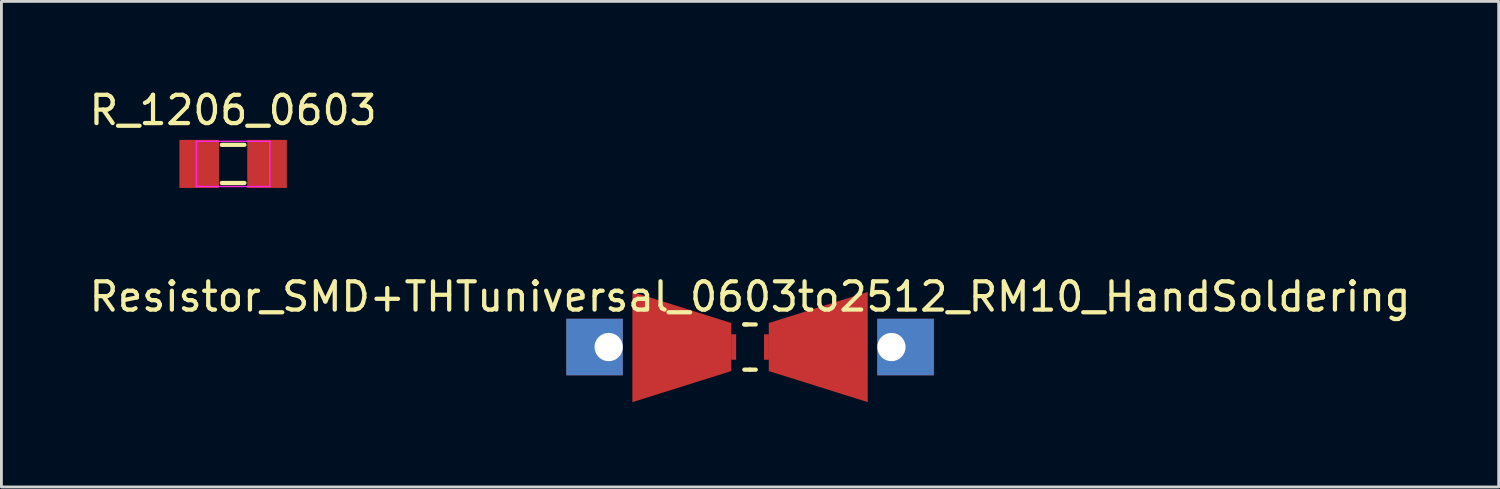
<source format=kicad_pcb>
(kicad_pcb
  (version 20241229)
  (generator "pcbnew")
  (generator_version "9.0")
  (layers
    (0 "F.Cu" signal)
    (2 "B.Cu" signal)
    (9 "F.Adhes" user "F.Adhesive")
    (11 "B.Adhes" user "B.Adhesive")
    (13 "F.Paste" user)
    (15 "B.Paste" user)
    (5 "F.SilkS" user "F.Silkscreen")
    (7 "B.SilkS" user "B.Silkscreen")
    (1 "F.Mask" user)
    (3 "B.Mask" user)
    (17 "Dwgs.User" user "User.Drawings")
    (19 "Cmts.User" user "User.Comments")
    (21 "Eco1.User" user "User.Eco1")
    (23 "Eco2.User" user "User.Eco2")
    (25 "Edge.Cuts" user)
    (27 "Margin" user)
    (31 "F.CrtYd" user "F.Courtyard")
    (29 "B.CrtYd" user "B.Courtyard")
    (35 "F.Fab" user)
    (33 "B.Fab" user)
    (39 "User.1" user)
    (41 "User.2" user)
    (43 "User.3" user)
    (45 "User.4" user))
  (footprint "Resistor_SMD+THTuniversal_0603to2512_RM10_HandSoldering"
    (layer "F.Cu")
    (at 23.482 9.226)
    (property "Reference" "Resistor_SMD+THTuniversal_0603to2512_RM10_HandSoldering" (at 0 -1.78 0) (layer "F.SilkS") (effects (font (size 1 1) (thickness 0.15))))
    (attr through_hole)
    (fp_line (start -0.201 -0.8) (end 0.201 -0.8) (stroke (width 0.15) (type solid)) (layer "F.SilkS"))
    (fp_line (start -0.099 -0.8) (end -0.201 -0.8) (stroke (width 0.15) (type solid)) (layer "F.SilkS"))
    (fp_line (start 0 0.8) (end -0.201 0.8) (stroke (width 0.15) (type solid)) (layer "F.SilkS"))
    (fp_line (start 0 0.8) (end 0.201 0.8) (stroke (width 0.15) (type solid)) (layer "F.SilkS"))
    (pad "1" thru_hole rect (at -5.001 0 180) (size 1.999 1.999) (drill 1.001 (offset 0.5 0)) (layers "*.Cu" "*.Mask"))
    (pad "1" smd trapezoid (at -2.413 0) (size 3.5 2.799) (rect_delta 1.1 0) (layers "F.Cu" "F.Mask" "F.Paste"))
    (pad "1" smd trapezoid (at -0.58 0) (size 0.175 0.9) (layers "F.Cu" "F.Mask" "F.Paste"))
    (pad "2" smd trapezoid (at 0.58 0) (size 0.175 0.9) (layers "F.Cu" "F.Mask" "F.Paste"))
    (pad "2" smd trapezoid (at 2.413 0 180) (size 3.5 2.799) (rect_delta 1.1 0) (layers "F.Cu" "F.Mask" "F.Paste"))
    (pad "2" thru_hole rect (at 5.001 0 180) (size 1.999 1.999) (drill 1.001 (offset -0.5 0)) (layers "*.Cu" "*.Mask")))
  (footprint "R_1206_0603"
    (layer "F.Cu")
    (at 5.196 2.748)
    (property "Reference" "R_1206_0603" (at 0 -1.9 0) (layer "F.SilkS") (effects (font (size 1 1) (thickness 0.15))))
    (attr smd)
    (fp_line (start -0.4 -0.675) (end 0.4 -0.675) (stroke (width 0.15) (type solid)) (layer "F.SilkS"))
    (fp_line (start 0.4 0.675) (end -0.4 0.675) (stroke (width 0.15) (type solid)) (layer "F.SilkS"))
    (fp_line (start -1.3 -0.8) (end -1.3 0.8) (stroke (width 0.05) (type solid)) (layer "F.CrtYd"))
    (fp_line (start -1.3 -0.8) (end 1.3 -0.8) (stroke (width 0.05) (type solid)) (layer "F.CrtYd"))
    (fp_line (start -1.3 0.8) (end 1.3 0.8) (stroke (width 0.05) (type solid)) (layer "F.CrtYd"))
    (fp_line (start 1.3 -0.8) (end 1.3 0.8) (stroke (width 0.05) (type solid)) (layer "F.CrtYd"))
    (pad "1" smd rect (at -1.2 0 90) (size 1.7 1.4) (layers "F.Cu" "F.Mask" "F.Paste"))
    (pad "2" smd rect (at 1.2 0) (size 1.4 1.7) (layers "F.Cu" "F.Mask" "F.Paste")))
  (gr_rect
    (start -3 -3)
    (end 49.964 14.176)
    (stroke (width 0.1) (type default))
    (fill no)
    (layer "Edge.Cuts")))
</source>
